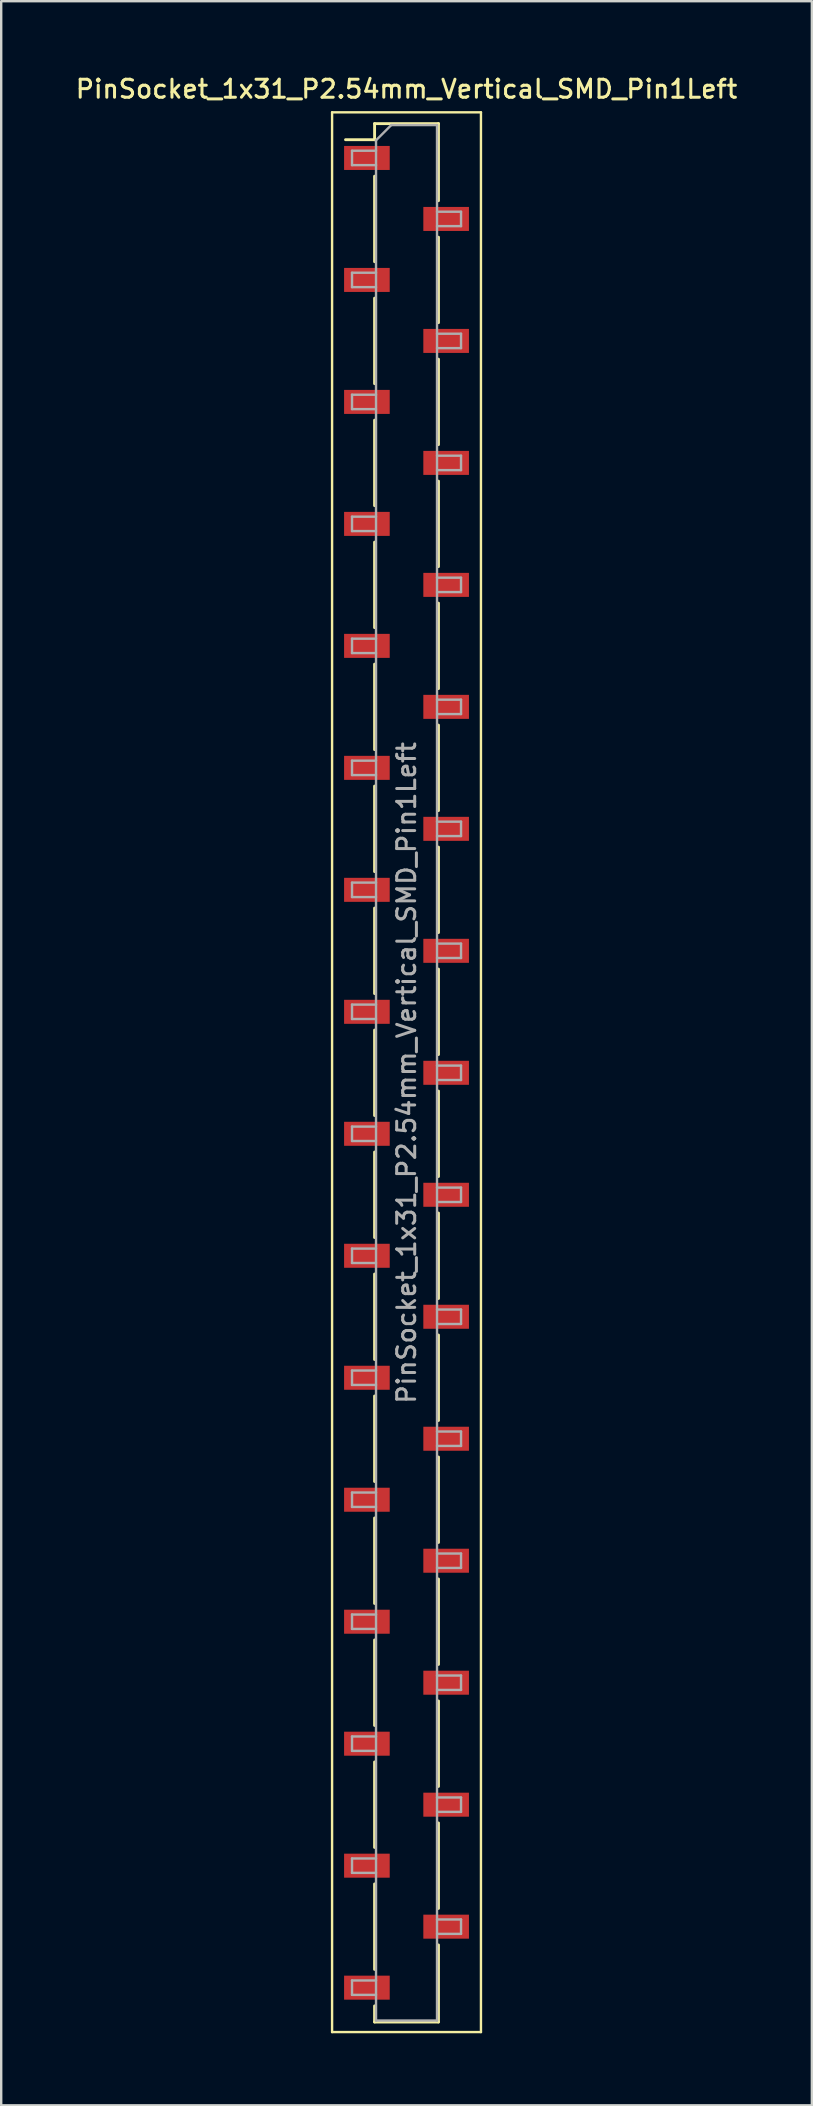
<source format=kicad_pcb>
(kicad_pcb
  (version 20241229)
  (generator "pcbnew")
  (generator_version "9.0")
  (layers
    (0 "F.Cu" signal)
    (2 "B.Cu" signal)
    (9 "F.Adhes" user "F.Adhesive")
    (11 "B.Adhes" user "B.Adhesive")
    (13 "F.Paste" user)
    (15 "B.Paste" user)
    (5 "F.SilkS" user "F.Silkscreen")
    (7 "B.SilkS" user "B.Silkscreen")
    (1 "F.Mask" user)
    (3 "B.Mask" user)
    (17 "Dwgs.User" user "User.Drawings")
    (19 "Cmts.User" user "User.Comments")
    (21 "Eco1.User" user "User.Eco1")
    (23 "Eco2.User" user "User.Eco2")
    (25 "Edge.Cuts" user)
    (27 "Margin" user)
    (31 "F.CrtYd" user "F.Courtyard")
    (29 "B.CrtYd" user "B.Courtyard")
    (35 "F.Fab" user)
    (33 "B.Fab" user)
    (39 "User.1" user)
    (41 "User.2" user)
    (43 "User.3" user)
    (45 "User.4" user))
  (footprint "PinSocket_1x31_P2.54mm_Vertical_SMD_Pin1Left"
    (layer "F.Cu")
    (at 13.88 41.628)
    (property "Reference" "PinSocket_1x31_P2.54mm_Vertical_SMD_Pin1Left" (at 0 -40.97 0) (layer "F.SilkS") (effects (font (size 0.75 0.75) (thickness 0.125))))
    (attr smd)
    (fp_line (start -3.1 -40) (end 3.1 -40) (stroke (width 0.1) (type solid)) (layer "F.SilkS"))
    (fp_line (start -3.1 39.95) (end -3.1 -40) (stroke (width 0.1) (type solid)) (layer "F.SilkS"))
    (fp_line (start -2.54 -38.86) (end -1.33 -38.86) (stroke (width 0.12) (type solid)) (layer "F.SilkS"))
    (fp_line (start -1.33 -39.53) (end -1.33 -38.86) (stroke (width 0.12) (type solid)) (layer "F.SilkS"))
    (fp_line (start -1.33 -39.53) (end 1.33 -39.53) (stroke (width 0.12) (type solid)) (layer "F.SilkS"))
    (fp_line (start -1.33 -37.34) (end -1.33 -33.78) (stroke (width 0.12) (type solid)) (layer "F.SilkS"))
    (fp_line (start -1.33 -32.26) (end -1.33 -28.7) (stroke (width 0.12) (type solid)) (layer "F.SilkS"))
    (fp_line (start -1.33 -27.18) (end -1.33 -23.62) (stroke (width 0.12) (type solid)) (layer "F.SilkS"))
    (fp_line (start -1.33 -22.1) (end -1.33 -18.54) (stroke (width 0.12) (type solid)) (layer "F.SilkS"))
    (fp_line (start -1.33 -17.02) (end -1.33 -13.46) (stroke (width 0.12) (type solid)) (layer "F.SilkS"))
    (fp_line (start -1.33 -11.94) (end -1.33 -8.38) (stroke (width 0.12) (type solid)) (layer "F.SilkS"))
    (fp_line (start -1.33 -6.86) (end -1.33 -3.3) (stroke (width 0.12) (type solid)) (layer "F.SilkS"))
    (fp_line (start -1.33 -1.78) (end -1.33 1.78) (stroke (width 0.12) (type solid)) (layer "F.SilkS"))
    (fp_line (start -1.33 3.3) (end -1.33 6.86) (stroke (width 0.12) (type solid)) (layer "F.SilkS"))
    (fp_line (start -1.33 8.38) (end -1.33 11.94) (stroke (width 0.12) (type solid)) (layer "F.SilkS"))
    (fp_line (start -1.33 13.46) (end -1.33 17.02) (stroke (width 0.12) (type solid)) (layer "F.SilkS"))
    (fp_line (start -1.33 18.54) (end -1.33 22.1) (stroke (width 0.12) (type solid)) (layer "F.SilkS"))
    (fp_line (start -1.33 23.62) (end -1.33 27.18) (stroke (width 0.12) (type solid)) (layer "F.SilkS"))
    (fp_line (start -1.33 28.7) (end -1.33 32.26) (stroke (width 0.12) (type solid)) (layer "F.SilkS"))
    (fp_line (start -1.33 33.78) (end -1.33 37.34) (stroke (width 0.12) (type solid)) (layer "F.SilkS"))
    (fp_line (start -1.33 38.86) (end -1.33 39.53) (stroke (width 0.12) (type solid)) (layer "F.SilkS"))
    (fp_line (start -1.33 39.53) (end 1.33 39.53) (stroke (width 0.12) (type solid)) (layer "F.SilkS"))
    (fp_line (start 1.33 -39.53) (end 1.33 -36.32) (stroke (width 0.12) (type solid)) (layer "F.SilkS"))
    (fp_line (start 1.33 -34.8) (end 1.33 -31.24) (stroke (width 0.12) (type solid)) (layer "F.SilkS"))
    (fp_line (start 1.33 -29.72) (end 1.33 -26.16) (stroke (width 0.12) (type solid)) (layer "F.SilkS"))
    (fp_line (start 1.33 -24.64) (end 1.33 -21.08) (stroke (width 0.12) (type solid)) (layer "F.SilkS"))
    (fp_line (start 1.33 -19.56) (end 1.33 -16) (stroke (width 0.12) (type solid)) (layer "F.SilkS"))
    (fp_line (start 1.33 -14.48) (end 1.33 -10.92) (stroke (width 0.12) (type solid)) (layer "F.SilkS"))
    (fp_line (start 1.33 -9.4) (end 1.33 -5.84) (stroke (width 0.12) (type solid)) (layer "F.SilkS"))
    (fp_line (start 1.33 -4.32) (end 1.33 -0.76) (stroke (width 0.12) (type solid)) (layer "F.SilkS"))
    (fp_line (start 1.33 0.76) (end 1.33 4.32) (stroke (width 0.12) (type solid)) (layer "F.SilkS"))
    (fp_line (start 1.33 5.84) (end 1.33 9.4) (stroke (width 0.12) (type solid)) (layer "F.SilkS"))
    (fp_line (start 1.33 10.92) (end 1.33 14.48) (stroke (width 0.12) (type solid)) (layer "F.SilkS"))
    (fp_line (start 1.33 16) (end 1.33 19.56) (stroke (width 0.12) (type solid)) (layer "F.SilkS"))
    (fp_line (start 1.33 21.08) (end 1.33 24.64) (stroke (width 0.12) (type solid)) (layer "F.SilkS"))
    (fp_line (start 1.33 26.16) (end 1.33 29.72) (stroke (width 0.12) (type solid)) (layer "F.SilkS"))
    (fp_line (start 1.33 31.24) (end 1.33 34.8) (stroke (width 0.12) (type solid)) (layer "F.SilkS"))
    (fp_line (start 1.33 36.32) (end 1.33 39.53) (stroke (width 0.12) (type solid)) (layer "F.SilkS"))
    (fp_line (start 3.1 -40) (end 3.1 39.95) (stroke (width 0.1) (type solid)) (layer "F.SilkS"))
    (fp_line (start 3.1 39.95) (end -3.1 39.95) (stroke (width 0.1) (type solid)) (layer "F.SilkS"))
    (fp_line (start -2.27 -38.4) (end -1.27 -38.4) (stroke (width 0.1) (type solid)) (layer "F.Fab"))
    (fp_line (start -2.27 -37.8) (end -2.27 -38.4) (stroke (width 0.1) (type solid)) (layer "F.Fab"))
    (fp_line (start -2.27 -33.32) (end -1.27 -33.32) (stroke (width 0.1) (type solid)) (layer "F.Fab"))
    (fp_line (start -2.27 -32.72) (end -2.27 -33.32) (stroke (width 0.1) (type solid)) (layer "F.Fab"))
    (fp_line (start -2.27 -28.24) (end -1.27 -28.24) (stroke (width 0.1) (type solid)) (layer "F.Fab"))
    (fp_line (start -2.27 -27.64) (end -2.27 -28.24) (stroke (width 0.1) (type solid)) (layer "F.Fab"))
    (fp_line (start -2.27 -23.16) (end -1.27 -23.16) (stroke (width 0.1) (type solid)) (layer "F.Fab"))
    (fp_line (start -2.27 -22.56) (end -2.27 -23.16) (stroke (width 0.1) (type solid)) (layer "F.Fab"))
    (fp_line (start -2.27 -18.08) (end -1.27 -18.08) (stroke (width 0.1) (type solid)) (layer "F.Fab"))
    (fp_line (start -2.27 -17.48) (end -2.27 -18.08) (stroke (width 0.1) (type solid)) (layer "F.Fab"))
    (fp_line (start -2.27 -13) (end -1.27 -13) (stroke (width 0.1) (type solid)) (layer "F.Fab"))
    (fp_line (start -2.27 -12.4) (end -2.27 -13) (stroke (width 0.1) (type solid)) (layer "F.Fab"))
    (fp_line (start -2.27 -7.92) (end -1.27 -7.92) (stroke (width 0.1) (type solid)) (layer "F.Fab"))
    (fp_line (start -2.27 -7.32) (end -2.27 -7.92) (stroke (width 0.1) (type solid)) (layer "F.Fab"))
    (fp_line (start -2.27 -2.84) (end -1.27 -2.84) (stroke (width 0.1) (type solid)) (layer "F.Fab"))
    (fp_line (start -2.27 -2.24) (end -2.27 -2.84) (stroke (width 0.1) (type solid)) (layer "F.Fab"))
    (fp_line (start -2.27 2.24) (end -1.27 2.24) (stroke (width 0.1) (type solid)) (layer "F.Fab"))
    (fp_line (start -2.27 2.84) (end -2.27 2.24) (stroke (width 0.1) (type solid)) (layer "F.Fab"))
    (fp_line (start -2.27 7.32) (end -1.27 7.32) (stroke (width 0.1) (type solid)) (layer "F.Fab"))
    (fp_line (start -2.27 7.92) (end -2.27 7.32) (stroke (width 0.1) (type solid)) (layer "F.Fab"))
    (fp_line (start -2.27 12.4) (end -1.27 12.4) (stroke (width 0.1) (type solid)) (layer "F.Fab"))
    (fp_line (start -2.27 13) (end -2.27 12.4) (stroke (width 0.1) (type solid)) (layer "F.Fab"))
    (fp_line (start -2.27 17.48) (end -1.27 17.48) (stroke (width 0.1) (type solid)) (layer "F.Fab"))
    (fp_line (start -2.27 18.08) (end -2.27 17.48) (stroke (width 0.1) (type solid)) (layer "F.Fab"))
    (fp_line (start -2.27 22.56) (end -1.27 22.56) (stroke (width 0.1) (type solid)) (layer "F.Fab"))
    (fp_line (start -2.27 23.16) (end -2.27 22.56) (stroke (width 0.1) (type solid)) (layer "F.Fab"))
    (fp_line (start -2.27 27.64) (end -1.27 27.64) (stroke (width 0.1) (type solid)) (layer "F.Fab"))
    (fp_line (start -2.27 28.24) (end -2.27 27.64) (stroke (width 0.1) (type solid)) (layer "F.Fab"))
    (fp_line (start -2.27 32.72) (end -1.27 32.72) (stroke (width 0.1) (type solid)) (layer "F.Fab"))
    (fp_line (start -2.27 33.32) (end -2.27 32.72) (stroke (width 0.1) (type solid)) (layer "F.Fab"))
    (fp_line (start -2.27 37.8) (end -1.27 37.8) (stroke (width 0.1) (type solid)) (layer "F.Fab"))
    (fp_line (start -2.27 38.4) (end -2.27 37.8) (stroke (width 0.1) (type solid)) (layer "F.Fab"))
    (fp_line (start -1.27 -38.835) (end -0.635 -39.47) (stroke (width 0.1) (type solid)) (layer "F.Fab"))
    (fp_line (start -1.27 -37.8) (end -2.27 -37.8) (stroke (width 0.1) (type solid)) (layer "F.Fab"))
    (fp_line (start -1.27 -32.72) (end -2.27 -32.72) (stroke (width 0.1) (type solid)) (layer "F.Fab"))
    (fp_line (start -1.27 -27.64) (end -2.27 -27.64) (stroke (width 0.1) (type solid)) (layer "F.Fab"))
    (fp_line (start -1.27 -22.56) (end -2.27 -22.56) (stroke (width 0.1) (type solid)) (layer "F.Fab"))
    (fp_line (start -1.27 -17.48) (end -2.27 -17.48) (stroke (width 0.1) (type solid)) (layer "F.Fab"))
    (fp_line (start -1.27 -12.4) (end -2.27 -12.4) (stroke (width 0.1) (type solid)) (layer "F.Fab"))
    (fp_line (start -1.27 -7.32) (end -2.27 -7.32) (stroke (width 0.1) (type solid)) (layer "F.Fab"))
    (fp_line (start -1.27 -2.24) (end -2.27 -2.24) (stroke (width 0.1) (type solid)) (layer "F.Fab"))
    (fp_line (start -1.27 2.84) (end -2.27 2.84) (stroke (width 0.1) (type solid)) (layer "F.Fab"))
    (fp_line (start -1.27 7.92) (end -2.27 7.92) (stroke (width 0.1) (type solid)) (layer "F.Fab"))
    (fp_line (start -1.27 13) (end -2.27 13) (stroke (width 0.1) (type solid)) (layer "F.Fab"))
    (fp_line (start -1.27 18.08) (end -2.27 18.08) (stroke (width 0.1) (type solid)) (layer "F.Fab"))
    (fp_line (start -1.27 23.16) (end -2.27 23.16) (stroke (width 0.1) (type solid)) (layer "F.Fab"))
    (fp_line (start -1.27 28.24) (end -2.27 28.24) (stroke (width 0.1) (type solid)) (layer "F.Fab"))
    (fp_line (start -1.27 33.32) (end -2.27 33.32) (stroke (width 0.1) (type solid)) (layer "F.Fab"))
    (fp_line (start -1.27 38.4) (end -2.27 38.4) (stroke (width 0.1) (type solid)) (layer "F.Fab"))
    (fp_line (start -1.27 39.47) (end -1.27 -38.835) (stroke (width 0.1) (type solid)) (layer "F.Fab"))
    (fp_line (start -0.635 -39.47) (end 1.27 -39.47) (stroke (width 0.1) (type solid)) (layer "F.Fab"))
    (fp_line (start 1.27 -39.47) (end 1.27 39.47) (stroke (width 0.1) (type solid)) (layer "F.Fab"))
    (fp_line (start 1.27 -35.86) (end 2.27 -35.86) (stroke (width 0.1) (type solid)) (layer "F.Fab"))
    (fp_line (start 1.27 -30.78) (end 2.27 -30.78) (stroke (width 0.1) (type solid)) (layer "F.Fab"))
    (fp_line (start 1.27 -25.7) (end 2.27 -25.7) (stroke (width 0.1) (type solid)) (layer "F.Fab"))
    (fp_line (start 1.27 -20.62) (end 2.27 -20.62) (stroke (width 0.1) (type solid)) (layer "F.Fab"))
    (fp_line (start 1.27 -15.54) (end 2.27 -15.54) (stroke (width 0.1) (type solid)) (layer "F.Fab"))
    (fp_line (start 1.27 -10.46) (end 2.27 -10.46) (stroke (width 0.1) (type solid)) (layer "F.Fab"))
    (fp_line (start 1.27 -5.38) (end 2.27 -5.38) (stroke (width 0.1) (type solid)) (layer "F.Fab"))
    (fp_line (start 1.27 -0.3) (end 2.27 -0.3) (stroke (width 0.1) (type solid)) (layer "F.Fab"))
    (fp_line (start 1.27 4.78) (end 2.27 4.78) (stroke (width 0.1) (type solid)) (layer "F.Fab"))
    (fp_line (start 1.27 9.86) (end 2.27 9.86) (stroke (width 0.1) (type solid)) (layer "F.Fab"))
    (fp_line (start 1.27 14.94) (end 2.27 14.94) (stroke (width 0.1) (type solid)) (layer "F.Fab"))
    (fp_line (start 1.27 20.02) (end 2.27 20.02) (stroke (width 0.1) (type solid)) (layer "F.Fab"))
    (fp_line (start 1.27 25.1) (end 2.27 25.1) (stroke (width 0.1) (type solid)) (layer "F.Fab"))
    (fp_line (start 1.27 30.18) (end 2.27 30.18) (stroke (width 0.1) (type solid)) (layer "F.Fab"))
    (fp_line (start 1.27 35.26) (end 2.27 35.26) (stroke (width 0.1) (type solid)) (layer "F.Fab"))
    (fp_line (start 1.27 39.47) (end -1.27 39.47) (stroke (width 0.1) (type solid)) (layer "F.Fab"))
    (fp_line (start 2.27 -35.86) (end 2.27 -35.26) (stroke (width 0.1) (type solid)) (layer "F.Fab"))
    (fp_line (start 2.27 -35.26) (end 1.27 -35.26) (stroke (width 0.1) (type solid)) (layer "F.Fab"))
    (fp_line (start 2.27 -30.78) (end 2.27 -30.18) (stroke (width 0.1) (type solid)) (layer "F.Fab"))
    (fp_line (start 2.27 -30.18) (end 1.27 -30.18) (stroke (width 0.1) (type solid)) (layer "F.Fab"))
    (fp_line (start 2.27 -25.7) (end 2.27 -25.1) (stroke (width 0.1) (type solid)) (layer "F.Fab"))
    (fp_line (start 2.27 -25.1) (end 1.27 -25.1) (stroke (width 0.1) (type solid)) (layer "F.Fab"))
    (fp_line (start 2.27 -20.62) (end 2.27 -20.02) (stroke (width 0.1) (type solid)) (layer "F.Fab"))
    (fp_line (start 2.27 -20.02) (end 1.27 -20.02) (stroke (width 0.1) (type solid)) (layer "F.Fab"))
    (fp_line (start 2.27 -15.54) (end 2.27 -14.94) (stroke (width 0.1) (type solid)) (layer "F.Fab"))
    (fp_line (start 2.27 -14.94) (end 1.27 -14.94) (stroke (width 0.1) (type solid)) (layer "F.Fab"))
    (fp_line (start 2.27 -10.46) (end 2.27 -9.86) (stroke (width 0.1) (type solid)) (layer "F.Fab"))
    (fp_line (start 2.27 -9.86) (end 1.27 -9.86) (stroke (width 0.1) (type solid)) (layer "F.Fab"))
    (fp_line (start 2.27 -5.38) (end 2.27 -4.78) (stroke (width 0.1) (type solid)) (layer "F.Fab"))
    (fp_line (start 2.27 -4.78) (end 1.27 -4.78) (stroke (width 0.1) (type solid)) (layer "F.Fab"))
    (fp_line (start 2.27 -0.3) (end 2.27 0.3) (stroke (width 0.1) (type solid)) (layer "F.Fab"))
    (fp_line (start 2.27 0.3) (end 1.27 0.3) (stroke (width 0.1) (type solid)) (layer "F.Fab"))
    (fp_line (start 2.27 4.78) (end 2.27 5.38) (stroke (width 0.1) (type solid)) (layer "F.Fab"))
    (fp_line (start 2.27 5.38) (end 1.27 5.38) (stroke (width 0.1) (type solid)) (layer "F.Fab"))
    (fp_line (start 2.27 9.86) (end 2.27 10.46) (stroke (width 0.1) (type solid)) (layer "F.Fab"))
    (fp_line (start 2.27 10.46) (end 1.27 10.46) (stroke (width 0.1) (type solid)) (layer "F.Fab"))
    (fp_line (start 2.27 14.94) (end 2.27 15.54) (stroke (width 0.1) (type solid)) (layer "F.Fab"))
    (fp_line (start 2.27 15.54) (end 1.27 15.54) (stroke (width 0.1) (type solid)) (layer "F.Fab"))
    (fp_line (start 2.27 20.02) (end 2.27 20.62) (stroke (width 0.1) (type solid)) (layer "F.Fab"))
    (fp_line (start 2.27 20.62) (end 1.27 20.62) (stroke (width 0.1) (type solid)) (layer "F.Fab"))
    (fp_line (start 2.27 25.1) (end 2.27 25.7) (stroke (width 0.1) (type solid)) (layer "F.Fab"))
    (fp_line (start 2.27 25.7) (end 1.27 25.7) (stroke (width 0.1) (type solid)) (layer "F.Fab"))
    (fp_line (start 2.27 30.18) (end 2.27 30.78) (stroke (width 0.1) (type solid)) (layer "F.Fab"))
    (fp_line (start 2.27 30.78) (end 1.27 30.78) (stroke (width 0.1) (type solid)) (layer "F.Fab"))
    (fp_line (start 2.27 35.26) (end 2.27 35.86) (stroke (width 0.1) (type solid)) (layer "F.Fab"))
    (fp_line (start 2.27 35.86) (end 1.27 35.86) (stroke (width 0.1) (type solid)) (layer "F.Fab"))
    (fp_text user "${REFERENCE}" (at 0 0 90) (layer "F.Fab") (effects (font (size 0.75 0.75) (thickness 0.125))))
    (pad "1" smd rect (at -1.65 -38.1) (size 1.9 1) (layers "F.Cu" "F.Mask" "F.Paste"))
    (pad "2" smd rect (at 1.65 -35.56) (size 1.9 1) (layers "F.Cu" "F.Mask" "F.Paste"))
    (pad "3" smd rect (at -1.65 -33.02) (size 1.9 1) (layers "F.Cu" "F.Mask" "F.Paste"))
    (pad "4" smd rect (at 1.65 -30.48) (size 1.9 1) (layers "F.Cu" "F.Mask" "F.Paste"))
    (pad "5" smd rect (at -1.65 -27.94) (size 1.9 1) (layers "F.Cu" "F.Mask" "F.Paste"))
    (pad "6" smd rect (at 1.65 -25.4) (size 1.9 1) (layers "F.Cu" "F.Mask" "F.Paste"))
    (pad "7" smd rect (at -1.65 -22.86) (size 1.9 1) (layers "F.Cu" "F.Mask" "F.Paste"))
    (pad "8" smd rect (at 1.65 -20.32) (size 1.9 1) (layers "F.Cu" "F.Mask" "F.Paste"))
    (pad "9" smd rect (at -1.65 -17.78) (size 1.9 1) (layers "F.Cu" "F.Mask" "F.Paste"))
    (pad "10" smd rect (at 1.65 -15.24) (size 1.9 1) (layers "F.Cu" "F.Mask" "F.Paste"))
    (pad "11" smd rect (at -1.65 -12.7) (size 1.9 1) (layers "F.Cu" "F.Mask" "F.Paste"))
    (pad "12" smd rect (at 1.65 -10.16) (size 1.9 1) (layers "F.Cu" "F.Mask" "F.Paste"))
    (pad "13" smd rect (at -1.65 -7.62) (size 1.9 1) (layers "F.Cu" "F.Mask" "F.Paste"))
    (pad "14" smd rect (at 1.65 -5.08) (size 1.9 1) (layers "F.Cu" "F.Mask" "F.Paste"))
    (pad "15" smd rect (at -1.65 -2.54) (size 1.9 1) (layers "F.Cu" "F.Mask" "F.Paste"))
    (pad "16" smd rect (at 1.65 0) (size 1.9 1) (layers "F.Cu" "F.Mask" "F.Paste"))
    (pad "17" smd rect (at -1.65 2.54) (size 1.9 1) (layers "F.Cu" "F.Mask" "F.Paste"))
    (pad "18" smd rect (at 1.65 5.08) (size 1.9 1) (layers "F.Cu" "F.Mask" "F.Paste"))
    (pad "19" smd rect (at -1.65 7.62) (size 1.9 1) (layers "F.Cu" "F.Mask" "F.Paste"))
    (pad "20" smd rect (at 1.65 10.16) (size 1.9 1) (layers "F.Cu" "F.Mask" "F.Paste"))
    (pad "21" smd rect (at -1.65 12.7) (size 1.9 1) (layers "F.Cu" "F.Mask" "F.Paste"))
    (pad "22" smd rect (at 1.65 15.24) (size 1.9 1) (layers "F.Cu" "F.Mask" "F.Paste"))
    (pad "23" smd rect (at -1.65 17.78) (size 1.9 1) (layers "F.Cu" "F.Mask" "F.Paste"))
    (pad "24" smd rect (at 1.65 20.32) (size 1.9 1) (layers "F.Cu" "F.Mask" "F.Paste"))
    (pad "25" smd rect (at -1.65 22.86) (size 1.9 1) (layers "F.Cu" "F.Mask" "F.Paste"))
    (pad "26" smd rect (at 1.65 25.4) (size 1.9 1) (layers "F.Cu" "F.Mask" "F.Paste"))
    (pad "27" smd rect (at -1.65 27.94) (size 1.9 1) (layers "F.Cu" "F.Mask" "F.Paste"))
    (pad "28" smd rect (at 1.65 30.48) (size 1.9 1) (layers "F.Cu" "F.Mask" "F.Paste"))
    (pad "29" smd rect (at -1.65 33.02) (size 1.9 1) (layers "F.Cu" "F.Mask" "F.Paste"))
    (pad "30" smd rect (at 1.65 35.56) (size 1.9 1) (layers "F.Cu" "F.Mask" "F.Paste"))
    (pad "31" smd rect (at -1.65 38.1) (size 1.9 1) (layers "F.Cu" "F.Mask" "F.Paste")))
  (gr_rect
    (start -3 -3)
    (end 30.761 84.628)
    (stroke (width 0.1) (type default))
    (fill no)
    (layer "Edge.Cuts")))
</source>
